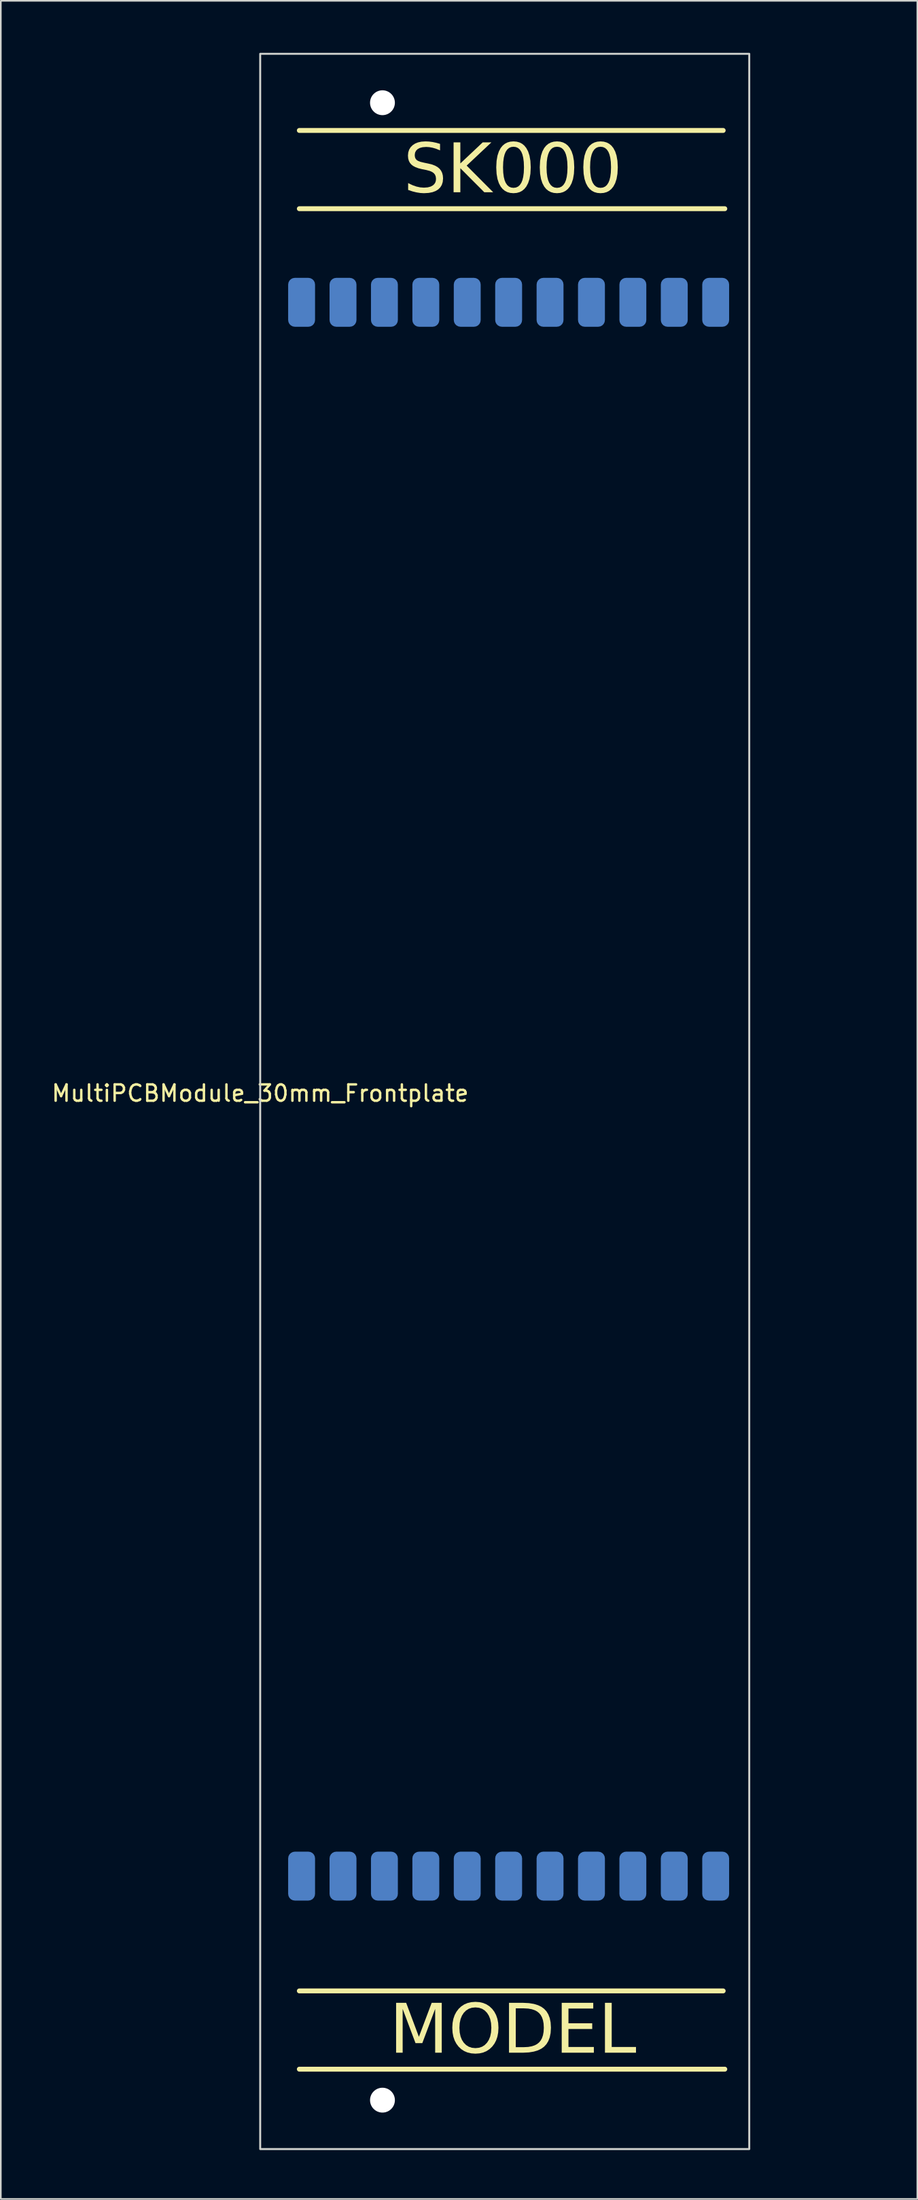
<source format=kicad_pcb>
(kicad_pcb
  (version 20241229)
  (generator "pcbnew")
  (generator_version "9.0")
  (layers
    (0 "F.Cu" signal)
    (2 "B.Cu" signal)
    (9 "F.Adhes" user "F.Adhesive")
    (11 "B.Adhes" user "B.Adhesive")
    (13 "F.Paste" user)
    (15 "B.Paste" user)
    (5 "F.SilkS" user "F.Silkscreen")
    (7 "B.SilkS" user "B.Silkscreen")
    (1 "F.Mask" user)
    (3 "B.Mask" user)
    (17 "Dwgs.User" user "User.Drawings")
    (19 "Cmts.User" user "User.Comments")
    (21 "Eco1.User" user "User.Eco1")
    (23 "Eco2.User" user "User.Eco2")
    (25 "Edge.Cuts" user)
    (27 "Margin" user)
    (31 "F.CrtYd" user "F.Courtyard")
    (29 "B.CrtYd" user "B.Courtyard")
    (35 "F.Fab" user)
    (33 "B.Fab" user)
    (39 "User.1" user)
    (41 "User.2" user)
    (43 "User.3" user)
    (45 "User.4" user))
  (footprint "MultiPCBModule_30mm_Frontplate"
    (layer "F.Cu")
    (at 12.911 0.25)
    (property "Reference" "MultiPCBModule_30mm_Frontplate" (at 0 63.75 0) (unlocked yes) (layer "F.SilkS") (effects (font (size 1 1) (thickness 0.15))))
    (fp_line (start 2.4 4.7) (end 28.4 4.7) (stroke (width 0.3) (type default)) (layer "F.SilkS"))
    (fp_line (start 2.4 9.5) (end 28.5 9.5) (stroke (width 0.3) (type default)) (layer "F.SilkS"))
    (fp_line (start 2.4 118.8) (end 28.4 118.8) (stroke (width 0.3) (type default)) (layer "F.SilkS"))
    (fp_line (start 2.4 123.6) (end 28.5 123.6) (stroke (width 0.3) (type default)) (layer "F.SilkS"))
    (fp_line (start -5.25 119.25) (end 37 119.25) (stroke (width 0.12) (type default)) (layer "Eco1.User"))
    (fp_line (start -5 9.25) (end 37.25 9.25) (stroke (width 0.12) (type default)) (layer "Eco1.User"))
    (fp_rect (start 0 14) (end 30 114) (stroke (width 0.12) (type default)) (fill no) (layer "Eco2.User"))
    (fp_rect (start 0 0) (end 30 128.5) (stroke (width 0.12) (type default)) (fill no) (layer "Edge.Cuts"))
    (fp_text user "SK000" (at 15.5 9 0) (unlocked yes) (layer "F.SilkS") (effects (font (face "Bastard") (size 3 3) (thickness 0.15)) (justify bottom)))
    (fp_text user "MODEL" (at 15.5 123.1 0) (unlocked yes) (layer "F.SilkS") (effects (font (face "Bastard") (size 3 3) (thickness 0.15)) (justify bottom)))
    (pad "" np_thru_hole circle (at 7.5 3) (size 1.524 1.524) (drill oval 5 3) (layers "*.Cu" "*.Mask"))
    (pad "" np_thru_hole circle (at 7.5 125.5) (size 1.524 1.524) (drill oval 5 3) (layers "*.Cu" "*.Mask"))
    (pad "1" smd roundrect (at 2.54 15.24 270) (size 3 1.65) (layers "B.Cu" "B.Mask" "B.Paste") (roundrect_rratio 0.25))
    (pad "2" smd roundrect (at 5.08 15.24 270) (size 3 1.65) (layers "B.Cu" "B.Mask" "B.Paste") (roundrect_rratio 0.25))
    (pad "3" smd roundrect (at 7.62 15.24 270) (size 3 1.65) (layers "B.Cu" "B.Mask" "B.Paste") (roundrect_rratio 0.25))
    (pad "4" smd roundrect (at 10.16 15.24 270) (size 3 1.65) (layers "B.Cu" "B.Mask" "B.Paste") (roundrect_rratio 0.25))
    (pad "5" smd roundrect (at 12.7 15.24 270) (size 3 1.65) (layers "B.Cu" "B.Mask" "B.Paste") (roundrect_rratio 0.25))
    (pad "6" smd roundrect (at 15.24 15.24 270) (size 3 1.65) (layers "B.Cu" "B.Mask" "B.Paste") (roundrect_rratio 0.25))
    (pad "7" smd roundrect (at 17.78 15.24 270) (size 3 1.65) (layers "B.Cu" "B.Mask" "B.Paste") (roundrect_rratio 0.25))
    (pad "8" smd roundrect (at 20.32 15.24 270) (size 3 1.65) (layers "B.Cu" "B.Mask" "B.Paste") (roundrect_rratio 0.25))
    (pad "9" smd roundrect (at 22.86 15.24 270) (size 3 1.65) (layers "B.Cu" "B.Mask" "B.Paste") (roundrect_rratio 0.25))
    (pad "10" smd roundrect (at 25.4 15.24 270) (size 3 1.65) (layers "B.Cu" "B.Mask" "B.Paste") (roundrect_rratio 0.25))
    (pad "11" smd roundrect (at 27.94 15.24 270) (size 3 1.65) (layers "B.Cu" "B.Mask" "B.Paste") (roundrect_rratio 0.25))
    (pad "12" smd roundrect (at 27.94 111.76 270) (size 3 1.65) (layers "B.Cu" "B.Mask" "B.Paste") (roundrect_rratio 0.25))
    (pad "13" smd roundrect (at 25.4 111.76 270) (size 3 1.65) (layers "B.Cu" "B.Mask" "B.Paste") (roundrect_rratio 0.25))
    (pad "14" smd roundrect (at 22.86 111.76 270) (size 3 1.65) (layers "B.Cu" "B.Mask" "B.Paste") (roundrect_rratio 0.25))
    (pad "15" smd roundrect (at 20.32 111.76 270) (size 3 1.65) (layers "B.Cu" "B.Mask" "B.Paste") (roundrect_rratio 0.25))
    (pad "16" smd roundrect (at 17.78 111.76 270) (size 3 1.65) (layers "B.Cu" "B.Mask" "B.Paste") (roundrect_rratio 0.25))
    (pad "17" smd roundrect (at 15.24 111.76 270) (size 3 1.65) (layers "B.Cu" "B.Mask" "B.Paste") (roundrect_rratio 0.25))
    (pad "18" smd roundrect (at 12.7 111.76 270) (size 3 1.65) (layers "B.Cu" "B.Mask" "B.Paste") (roundrect_rratio 0.25))
    (pad "19" smd roundrect (at 10.16 111.76 270) (size 3 1.65) (layers "B.Cu" "B.Mask" "B.Paste") (roundrect_rratio 0.25))
    (pad "20" smd roundrect (at 7.62 111.76 270) (size 3 1.65) (layers "B.Cu" "B.Mask" "B.Paste") (roundrect_rratio 0.25))
    (pad "21" smd roundrect (at 5.08 111.76 270) (size 3 1.65) (layers "B.Cu" "B.Mask" "B.Paste") (roundrect_rratio 0.25))
    (pad "22" smd roundrect (at 2.54 111.76 270) (size 3 1.65) (layers "B.Cu" "B.Mask" "B.Paste") (roundrect_rratio 0.25)))
  (gr_rect
    (start -3 -3)
    (end 53.221 131.81)
    (stroke (width 0.1) (type default))
    (fill no)
    (layer "Edge.Cuts")))
</source>
